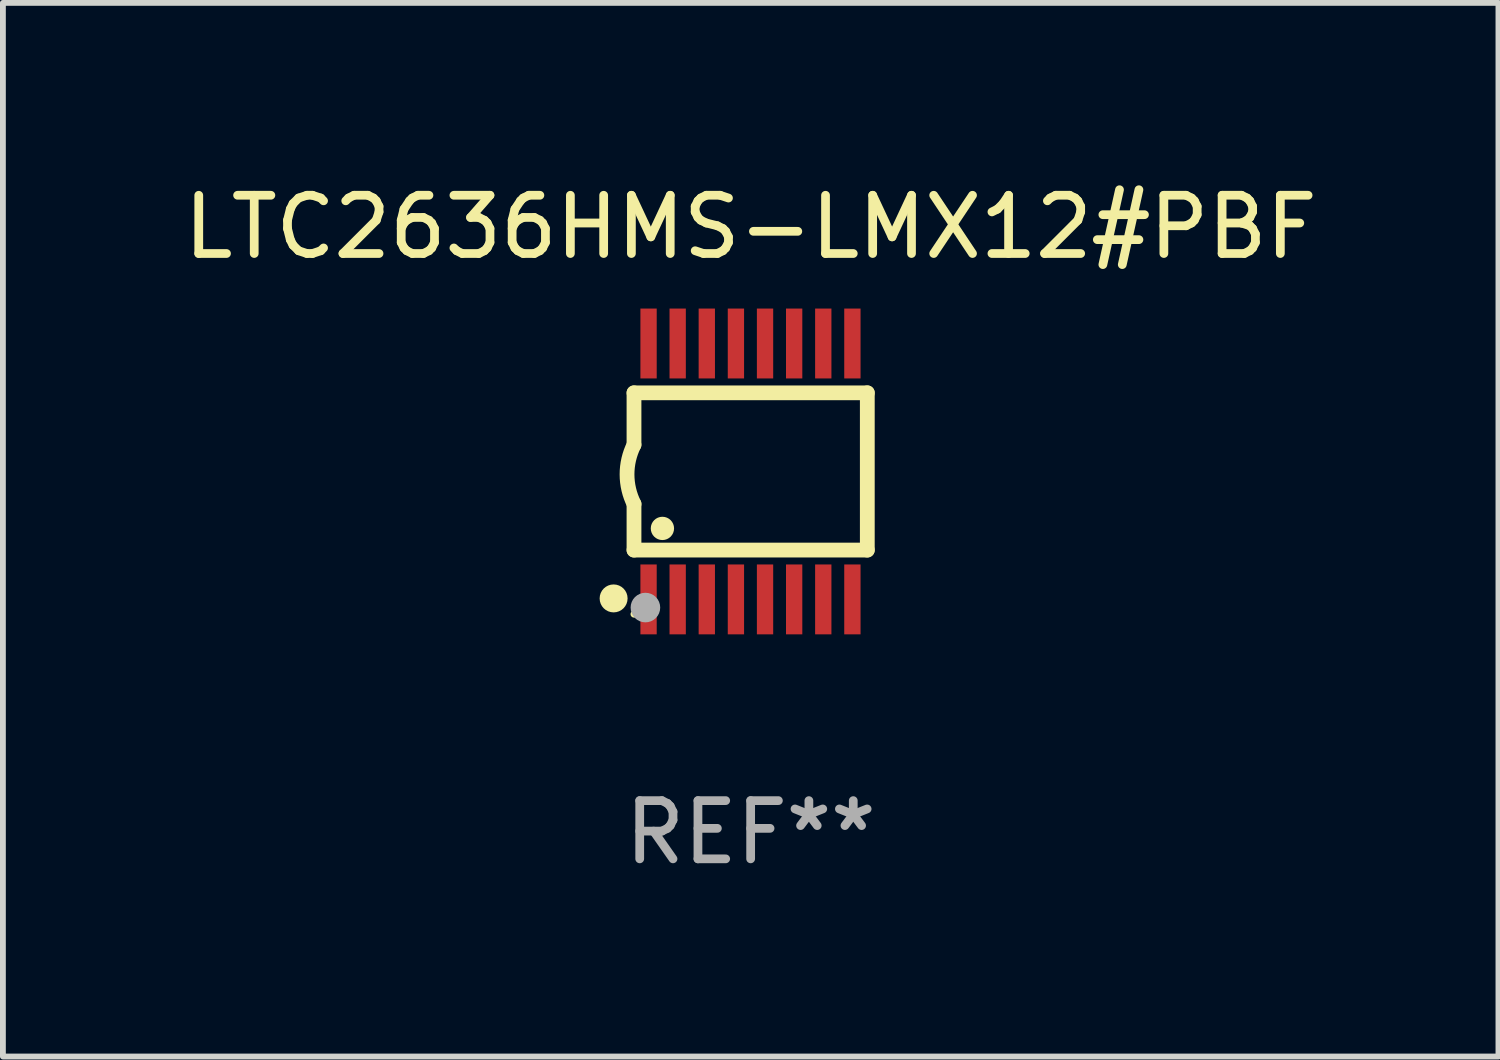
<source format=kicad_pcb>
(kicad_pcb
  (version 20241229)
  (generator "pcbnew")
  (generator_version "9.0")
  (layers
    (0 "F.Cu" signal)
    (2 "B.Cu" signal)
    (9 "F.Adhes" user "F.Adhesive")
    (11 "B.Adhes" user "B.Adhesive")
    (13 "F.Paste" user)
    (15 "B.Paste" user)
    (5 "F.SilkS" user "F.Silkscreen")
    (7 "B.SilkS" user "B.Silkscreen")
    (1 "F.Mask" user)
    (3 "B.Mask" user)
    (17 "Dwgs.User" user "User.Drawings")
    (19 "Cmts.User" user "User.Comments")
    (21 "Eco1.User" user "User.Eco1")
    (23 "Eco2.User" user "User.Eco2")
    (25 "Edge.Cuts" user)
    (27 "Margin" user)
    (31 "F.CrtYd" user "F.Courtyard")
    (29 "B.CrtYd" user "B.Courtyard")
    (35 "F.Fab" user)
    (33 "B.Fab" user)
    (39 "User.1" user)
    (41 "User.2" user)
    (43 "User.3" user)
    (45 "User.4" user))
  (footprint "LTC2636HMS-LMX12#PBF"
    (layer "F.Cu")
    (at 9.839 5.045)
    (property "Reference" "LTC2636HMS-LMX12#PBF" (at 0 -4.197 0) (layer "F.SilkS") (effects (font (size 1 1) (thickness 0.15))))
    (attr through_hole)
    (fp_line (start -2.003 -1.35) (end -2.003 -0.457) (stroke (width 0.254) (type solid)) (layer "F.SilkS"))
    (fp_line (start -2.003 -1.35) (end 2.003 -1.35) (stroke (width 0.254) (type solid)) (layer "F.SilkS"))
    (fp_line (start -2.003 1.35) (end -2.003 0.559) (stroke (width 0.254) (type solid)) (layer "F.SilkS"))
    (fp_line (start -2.003 1.35) (end 2.003 1.35) (stroke (width 0.254) (type solid)) (layer "F.SilkS"))
    (fp_line (start 2.003 -1.35) (end 2.003 1.35) (stroke (width 0.254) (type solid)) (layer "F.SilkS"))
    (fp_arc (start -2.002286 0.558802) (mid -2.122556 0.05092) (end -2.003302 -0.457201) (stroke (width 0.254001) (type solid)) (layer "F.SilkS"))
    (fp_circle (center -2.353 2.18) (end -2.233 2.18) (stroke (width 0.24) (type solid)) (fill no) (layer "F.SilkS"))
    (fp_circle (center -2.003 2.45) (end -1.973 2.45) (stroke (width 0.06) (type solid)) (fill no) (layer "F.SilkS"))
    (fp_circle (center -1.515 0.978) (end -1.415 0.978) (stroke (width 0.2) (type solid)) (fill no) (layer "F.SilkS"))
    (fp_circle (center -1.807 2.337) (end -1.68 2.337) (stroke (width 0.254) (type solid)) (fill no) (layer "F.Fab"))
    (fp_text user "REF**" (at 0 6.197 0) (layer "F.Fab") (effects (font (size 1 1) (thickness 0.15))))
    (pad "1" smd rect (at -1.753 2.197 90) (size 1.2 0.28) (layers "F.Cu" "F.Mask" "F.Paste"))
    (pad "2" smd rect (at -1.253 2.197 90) (size 1.2 0.28) (layers "F.Cu" "F.Mask" "F.Paste"))
    (pad "3" smd rect (at -0.753 2.197 90) (size 1.2 0.28) (layers "F.Cu" "F.Mask" "F.Paste"))
    (pad "4" smd rect (at -0.253 2.197 90) (size 1.2 0.28) (layers "F.Cu" "F.Mask" "F.Paste"))
    (pad "5" smd rect (at 0.247 2.197 90) (size 1.2 0.28) (layers "F.Cu" "F.Mask" "F.Paste"))
    (pad "6" smd rect (at 0.747 2.197 90) (size 1.2 0.28) (layers "F.Cu" "F.Mask" "F.Paste"))
    (pad "7" smd rect (at 1.247 2.197 90) (size 1.2 0.28) (layers "F.Cu" "F.Mask" "F.Paste"))
    (pad "8" smd rect (at 1.747 2.197 90) (size 1.2 0.28) (layers "F.Cu" "F.Mask" "F.Paste"))
    (pad "9" smd rect (at 1.747 -2.197 90) (size 1.2 0.28) (layers "F.Cu" "F.Mask" "F.Paste"))
    (pad "10" smd rect (at 1.247 -2.197 90) (size 1.2 0.28) (layers "F.Cu" "F.Mask" "F.Paste"))
    (pad "11" smd rect (at 0.747 -2.197 90) (size 1.2 0.28) (layers "F.Cu" "F.Mask" "F.Paste"))
    (pad "12" smd rect (at 0.247 -2.197 90) (size 1.2 0.28) (layers "F.Cu" "F.Mask" "F.Paste"))
    (pad "13" smd rect (at -0.253 -2.197 90) (size 1.2 0.28) (layers "F.Cu" "F.Mask" "F.Paste"))
    (pad "14" smd rect (at -0.753 -2.197 90) (size 1.2 0.28) (layers "F.Cu" "F.Mask" "F.Paste"))
    (pad "15" smd rect (at -1.253 -2.197 90) (size 1.2 0.28) (layers "F.Cu" "F.Mask" "F.Paste"))
    (pad "16" smd rect (at -1.753 -2.197 90) (size 1.2 0.28) (layers "F.Cu" "F.Mask" "F.Paste")))
  (gr_rect
    (start -3 -3)
    (end 22.679 15.091)
    (stroke (width 0.1) (type default))
    (fill no)
    (layer "Edge.Cuts")))
</source>
